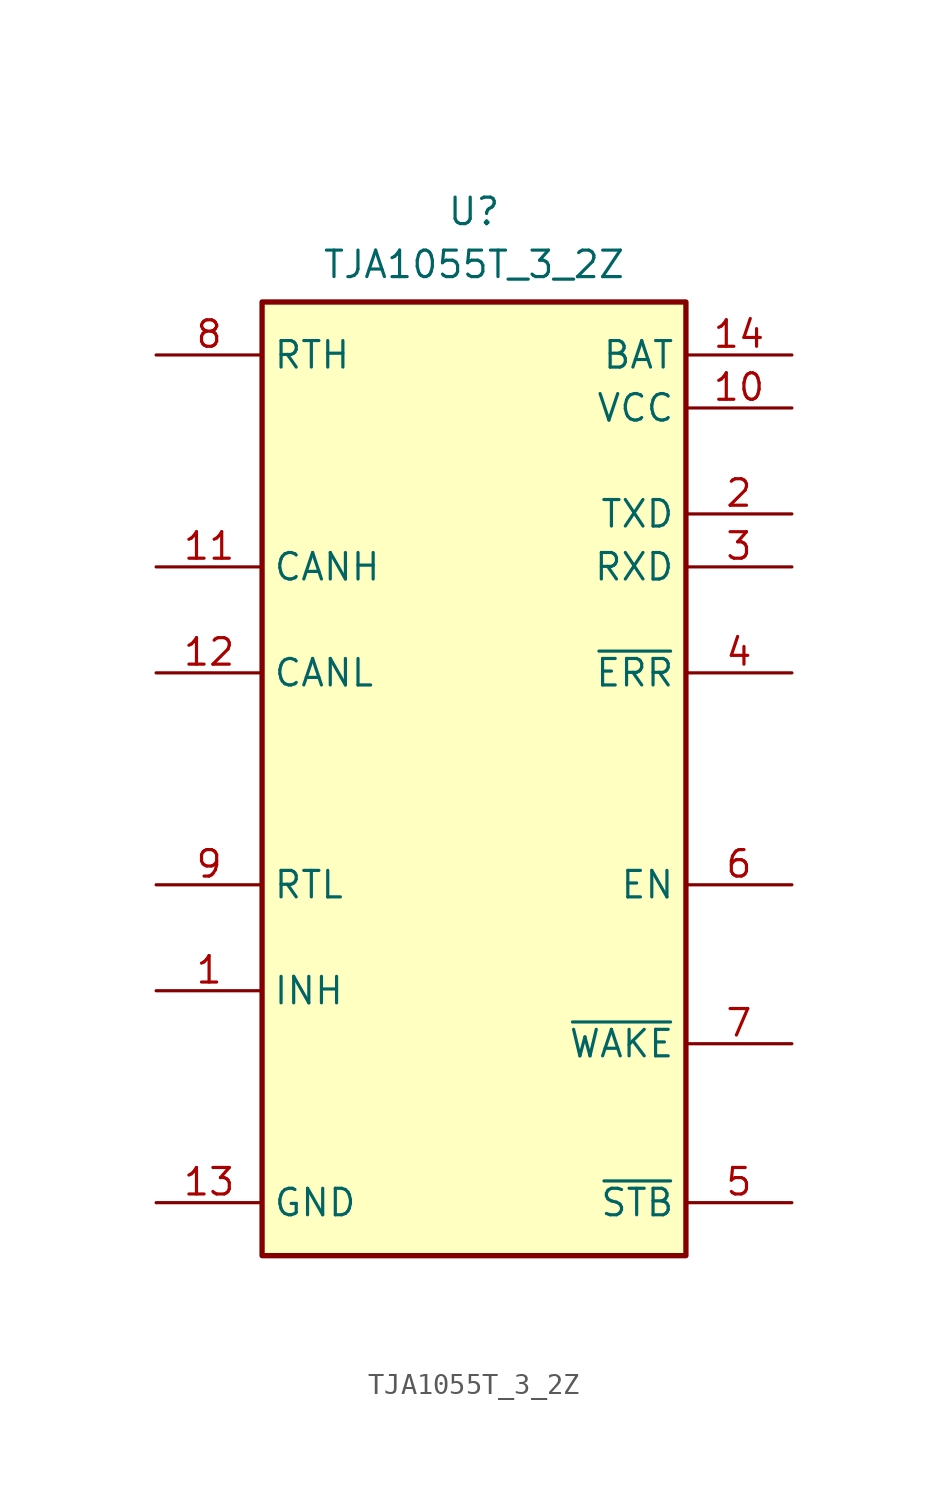
<source format=kicad_sym>
(kicad_symbol_lib
  (version 20231120)
  (generator "kicad_symbol_editor")
  (generator_version "8.0")
  (symbol "TJA1055T_3_2Z"
    (property "Reference" "U"
      (at 0 5.08 0)
      (effects (font (size 1.27 1.27)) (justify top)))
    (property "Value" "TJA1055T_3_2Z"
      (at 0 2.54 0)
      (effects (font (size 1.27 1.27)) (justify top)))
    (symbol "TJA1055T_3_2Z_1_1"
      (rectangle (start -10.16 0) (end 10.16 -45.72) (stroke (width 0.254) (type default)) (fill (type background)))
      (pin passive line (at -15.24 -33.02 0) (length 5.08) (name "INH" (effects (font (size 1.27 1.27)))) (number "1" (effects (font (size 1.27 1.27)))))
      (pin passive line (at 15.24 -5.08 180) (length 5.08) (name "VCC" (effects (font (size 1.27 1.27)))) (number "10" (effects (font (size 1.27 1.27)))))
      (pin passive line (at -15.24 -12.7 0) (length 5.08) (name "CANH" (effects (font (size 1.27 1.27)))) (number "11" (effects (font (size 1.27 1.27)))))
      (pin passive line (at -15.24 -17.78 0) (length 5.08) (name "CANL" (effects (font (size 1.27 1.27)))) (number "12" (effects (font (size 1.27 1.27)))))
      (pin passive line (at -15.24 -43.18 0) (length 5.08) (name "GND" (effects (font (size 1.27 1.27)))) (number "13" (effects (font (size 1.27 1.27)))))
      (pin passive line (at 15.24 -2.54 180) (length 5.08) (name "BAT" (effects (font (size 1.27 1.27)))) (number "14" (effects (font (size 1.27 1.27)))))
      (pin passive line (at 15.24 -10.16 180) (length 5.08) (name "TXD" (effects (font (size 1.27 1.27)))) (number "2" (effects (font (size 1.27 1.27)))))
      (pin passive line (at 15.24 -12.7 180) (length 5.08) (name "RXD" (effects (font (size 1.27 1.27)))) (number "3" (effects (font (size 1.27 1.27)))))
      (pin passive line (at 15.24 -17.78 180) (length 5.08) (name "~{ERR}" (effects (font (size 1.27 1.27)))) (number "4" (effects (font (size 1.27 1.27)))))
      (pin passive line (at 15.24 -43.18 180) (length 5.08) (name "~{STB}" (effects (font (size 1.27 1.27)))) (number "5" (effects (font (size 1.27 1.27)))))
      (pin passive line (at 15.24 -27.94 180) (length 5.08) (name "EN" (effects (font (size 1.27 1.27)))) (number "6" (effects (font (size 1.27 1.27)))))
      (pin passive line (at 15.24 -35.56 180) (length 5.08) (name "~{WAKE}" (effects (font (size 1.27 1.27)))) (number "7" (effects (font (size 1.27 1.27)))))
      (pin passive line (at -15.24 -2.54 0) (length 5.08) (name "RTH" (effects (font (size 1.27 1.27)))) (number "8" (effects (font (size 1.27 1.27)))))
      (pin passive line (at -15.24 -27.94 0) (length 5.08) (name "RTL" (effects (font (size 1.27 1.27)))) (number "9" (effects (font (size 1.27 1.27))))))))
</source>
